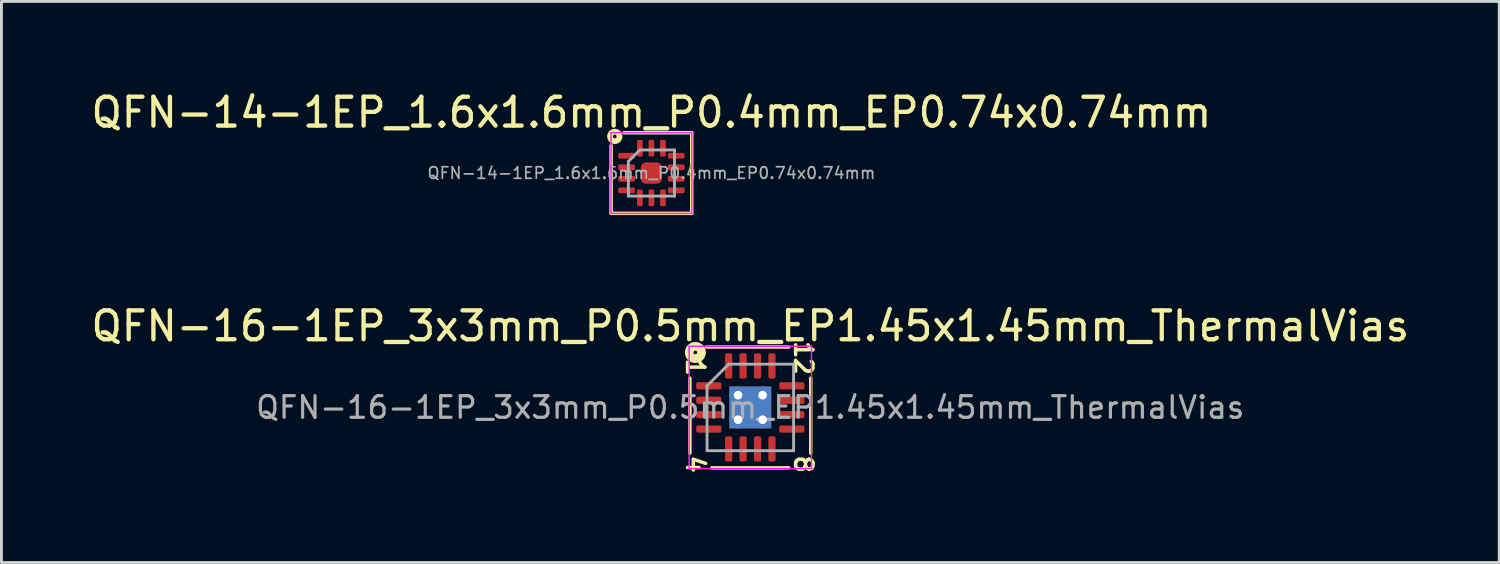
<source format=kicad_pcb>
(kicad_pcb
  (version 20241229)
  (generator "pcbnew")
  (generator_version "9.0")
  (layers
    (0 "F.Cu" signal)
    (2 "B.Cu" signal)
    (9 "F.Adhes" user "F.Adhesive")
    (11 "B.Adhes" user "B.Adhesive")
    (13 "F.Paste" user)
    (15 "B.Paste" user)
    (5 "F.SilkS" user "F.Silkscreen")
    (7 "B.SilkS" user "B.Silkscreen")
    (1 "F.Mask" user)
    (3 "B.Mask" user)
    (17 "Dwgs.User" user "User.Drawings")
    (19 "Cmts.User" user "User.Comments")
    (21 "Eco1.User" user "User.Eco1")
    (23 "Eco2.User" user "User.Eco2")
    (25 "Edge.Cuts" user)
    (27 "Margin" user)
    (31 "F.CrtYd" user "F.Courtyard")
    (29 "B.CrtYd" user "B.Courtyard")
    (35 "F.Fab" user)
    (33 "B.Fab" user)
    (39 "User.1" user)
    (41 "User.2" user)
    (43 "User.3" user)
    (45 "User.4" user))
  (footprint "QFN-16-1EP_3x3mm_P0.5mm_EP1.45x1.45mm_ThermalVias"
    (layer "F.Cu")
    (at 22.958 11.073)
    (property "Reference" "QFN-16-1EP_3x3mm_P0.5mm_EP1.45x1.45mm_ThermalVias" (at 0 -2.82 0) (layer "F.SilkS") (effects (font (size 1 1) (thickness 0.15))))
    (attr smd)
    (fp_line (start -2.095 1.587) (end -2.095 -1.016) (stroke (width 0.12) (type solid)) (layer "F.SilkS"))
    (fp_line (start -1.524 -2.095) (end 1.333 -2.095) (stroke (width 0.12) (type solid)) (layer "F.SilkS"))
    (fp_line (start 1.333 2.095) (end -1.333 2.095) (stroke (width 0.12) (type solid)) (layer "F.SilkS"))
    (fp_line (start 2.095 -1.016) (end 2.095 1.587) (stroke (width 0.12) (type solid)) (layer "F.SilkS"))
    (fp_circle (center -1.905 -1.905) (end -1.841 -1.905) (stroke (width 0.3) (type solid)) (fill no) (layer "F.SilkS"))
    (fp_line (start -2.12 -2.12) (end -2.12 2.12) (stroke (width 0.05) (type solid)) (layer "F.CrtYd"))
    (fp_line (start -2.12 2.12) (end 2.12 2.12) (stroke (width 0.05) (type solid)) (layer "F.CrtYd"))
    (fp_line (start 2.12 -2.12) (end -2.12 -2.12) (stroke (width 0.05) (type solid)) (layer "F.CrtYd"))
    (fp_line (start 2.12 2.12) (end 2.12 -2.12) (stroke (width 0.05) (type solid)) (layer "F.CrtYd"))
    (fp_line (start -1.5 -0.75) (end -0.75 -1.5) (stroke (width 0.1) (type solid)) (layer "F.Fab"))
    (fp_line (start -1.5 1.5) (end -1.5 -0.75) (stroke (width 0.1) (type solid)) (layer "F.Fab"))
    (fp_line (start -0.75 -1.5) (end 1.5 -1.5) (stroke (width 0.1) (type solid)) (layer "F.Fab"))
    (fp_line (start 1.5 -1.5) (end 1.5 1.5) (stroke (width 0.1) (type solid)) (layer "F.Fab"))
    (fp_line (start 1.5 1.5) (end -1.5 1.5) (stroke (width 0.1) (type solid)) (layer "F.Fab"))
    (fp_text user "8" (at 1.841 1.968 270) (unlocked yes) (layer "F.SilkS") (effects (font (size 0.6 0.6) (thickness 0.12))))
    (fp_text user "4" (at -1.905 1.968 270) (unlocked yes) (layer "F.SilkS") (effects (font (size 0.6 0.6) (thickness 0.12))))
    (fp_text user "12" (at 1.841 -1.714 270) (unlocked yes) (layer "F.SilkS") (effects (font (size 0.6 0.6) (thickness 0.12))))
    (fp_text user "1" (at -1.905 -1.397 270) (unlocked yes) (layer "F.SilkS") (effects (font (size 0.6 0.6) (thickness 0.12))))
    (fp_text user "${REFERENCE}" (at 0 0 0) (layer "F.Fab") (effects (font (size 0.75 0.75) (thickness 0.11))))
    (pad "" smd roundrect (at -0.36 -0.36) (size 0.63 0.63) (layers "F.Paste") (roundrect_rratio 0.25))
    (pad "" smd roundrect (at -0.36 0.36) (size 0.63 0.63) (layers "F.Paste") (roundrect_rratio 0.25))
    (pad "" smd roundrect (at 0.36 -0.36) (size 0.63 0.63) (layers "F.Paste") (roundrect_rratio 0.25))
    (pad "" smd roundrect (at 0.36 0.36) (size 0.63 0.63) (layers "F.Paste") (roundrect_rratio 0.25))
    (pad "1" smd roundrect (at -1.438 -0.75) (size 0.875 0.25) (layers "F.Cu" "F.Mask" "F.Paste") (roundrect_rratio 0.25))
    (pad "2" smd roundrect (at -1.438 -0.25) (size 0.875 0.25) (layers "F.Cu" "F.Mask" "F.Paste") (roundrect_rratio 0.25))
    (pad "3" smd roundrect (at -1.438 0.25) (size 0.875 0.25) (layers "F.Cu" "F.Mask" "F.Paste") (roundrect_rratio 0.25))
    (pad "4" smd roundrect (at -1.438 0.75) (size 0.875 0.25) (layers "F.Cu" "F.Mask" "F.Paste") (roundrect_rratio 0.25))
    (pad "5" smd roundrect (at -0.75 1.438) (size 0.25 0.875) (layers "F.Cu" "F.Mask" "F.Paste") (roundrect_rratio 0.25))
    (pad "6" smd roundrect (at -0.25 1.438) (size 0.25 0.875) (layers "F.Cu" "F.Mask" "F.Paste") (roundrect_rratio 0.25))
    (pad "7" smd roundrect (at 0.25 1.438) (size 0.25 0.875) (layers "F.Cu" "F.Mask" "F.Paste") (roundrect_rratio 0.25))
    (pad "8" smd roundrect (at 0.75 1.438) (size 0.25 0.875) (layers "F.Cu" "F.Mask" "F.Paste") (roundrect_rratio 0.25))
    (pad "9" smd roundrect (at 1.438 0.75) (size 0.875 0.25) (layers "F.Cu" "F.Mask" "F.Paste") (roundrect_rratio 0.25))
    (pad "10" smd roundrect (at 1.438 0.25) (size 0.875 0.25) (layers "F.Cu" "F.Mask" "F.Paste") (roundrect_rratio 0.25))
    (pad "11" smd roundrect (at 1.438 -0.25) (size 0.875 0.25) (layers "F.Cu" "F.Mask" "F.Paste") (roundrect_rratio 0.25))
    (pad "12" smd roundrect (at 1.438 -0.75) (size 0.875 0.25) (layers "F.Cu" "F.Mask" "F.Paste") (roundrect_rratio 0.25))
    (pad "13" smd roundrect (at 0.75 -1.438) (size 0.25 0.875) (layers "F.Cu" "F.Mask" "F.Paste") (roundrect_rratio 0.25))
    (pad "14" smd roundrect (at 0.25 -1.438) (size 0.25 0.875) (layers "F.Cu" "F.Mask" "F.Paste") (roundrect_rratio 0.25))
    (pad "15" smd roundrect (at -0.25 -1.438) (size 0.25 0.875) (layers "F.Cu" "F.Mask" "F.Paste") (roundrect_rratio 0.25))
    (pad "16" smd roundrect (at -0.75 -1.438) (size 0.25 0.875) (layers "F.Cu" "F.Mask" "F.Paste") (roundrect_rratio 0.25))
    (pad "17" thru_hole circle (at -0.425 -0.425) (size 0.6 0.6) (drill 0.3) (layers "*.Cu"))
    (pad "17" thru_hole circle (at -0.425 0.425) (size 0.6 0.6) (drill 0.3) (layers "*.Cu"))
    (pad "17" smd rect (at 0 0) (size 1.45 1.45) (layers "F.Cu" "F.Mask"))
    (pad "17" smd rect (at 0 0) (size 1.45 1.45) (layers "B.Cu" "B.Mask"))
    (pad "17" thru_hole circle (at 0.425 -0.425) (size 0.6 0.6) (drill 0.3) (layers "*.Cu"))
    (pad "17" thru_hole circle (at 0.425 0.425) (size 0.6 0.6) (drill 0.3) (layers "*.Cu")))
  (footprint "QFN-14-1EP_1.6x1.6mm_P0.4mm_EP0.74x0.74mm"
    (layer "F.Cu")
    (at 19.53 2.948)
    (property "Reference" "QFN-14-1EP_1.6x1.6mm_P0.4mm_EP0.74x0.74mm" (at 0 -2.1 0) (layer "F.SilkS") (effects (font (size 1 1) (thickness 0.15))))
    (attr smd)
    (fp_line (start -1.397 1.397) (end -1.397 -0.953) (stroke (width 0.12) (type solid)) (layer "F.SilkS"))
    (fp_line (start -0.953 -1.397) (end 1.397 -1.397) (stroke (width 0.12) (type solid)) (layer "F.SilkS"))
    (fp_line (start 1.397 -1.397) (end 1.397 1.397) (stroke (width 0.12) (type solid)) (layer "F.SilkS"))
    (fp_line (start 1.397 1.397) (end -1.397 1.397) (stroke (width 0.12) (type solid)) (layer "F.SilkS"))
    (fp_circle (center -1.27 -1.27) (end -1.206 -1.27) (stroke (width 0.2) (type solid)) (fill no) (layer "F.SilkS"))
    (fp_line (start -1.4 -1.4) (end -1.4 1.4) (stroke (width 0.05) (type solid)) (layer "F.CrtYd"))
    (fp_line (start -1.4 1.4) (end 1.4 1.4) (stroke (width 0.05) (type solid)) (layer "F.CrtYd"))
    (fp_line (start 1.4 -1.4) (end -1.4 -1.4) (stroke (width 0.05) (type solid)) (layer "F.CrtYd"))
    (fp_line (start 1.4 1.4) (end 1.4 -1.4) (stroke (width 0.05) (type solid)) (layer "F.CrtYd"))
    (fp_line (start -0.8 -0.4) (end -0.4 -0.8) (stroke (width 0.1) (type solid)) (layer "F.Fab"))
    (fp_line (start -0.8 0.8) (end -0.8 -0.4) (stroke (width 0.1) (type solid)) (layer "F.Fab"))
    (fp_line (start -0.4 -0.8) (end 0.8 -0.8) (stroke (width 0.1) (type solid)) (layer "F.Fab"))
    (fp_line (start 0.8 -0.8) (end 0.8 0.8) (stroke (width 0.1) (type solid)) (layer "F.Fab"))
    (fp_line (start 0.8 0.8) (end -0.8 0.8) (stroke (width 0.1) (type solid)) (layer "F.Fab"))
    (fp_text user "${REFERENCE}" (at 0 0 0) (layer "F.Fab") (effects (font (size 0.4 0.4) (thickness 0.06))))
    (pad "" smd roundrect (at -0.185 -0.185) (size 0.3 0.3) (layers "F.Paste") (roundrect_rratio 0.25))
    (pad "" smd roundrect (at -0.185 0.185) (size 0.3 0.3) (layers "F.Paste") (roundrect_rratio 0.25))
    (pad "" smd roundrect (at 0.185 -0.185) (size 0.3 0.3) (layers "F.Paste") (roundrect_rratio 0.25))
    (pad "" smd roundrect (at 0.185 0.185) (size 0.3 0.3) (layers "F.Paste") (roundrect_rratio 0.25))
    (pad "1" smd roundrect (at -0.86 -0.6) (size 0.58 0.2) (layers "F.Cu" "F.Mask" "F.Paste") (roundrect_rratio 0.25))
    (pad "2" smd roundrect (at -0.86 -0.2) (size 0.58 0.2) (layers "F.Cu" "F.Mask" "F.Paste") (roundrect_rratio 0.25))
    (pad "3" smd roundrect (at -0.86 0.2) (size 0.58 0.2) (layers "F.Cu" "F.Mask" "F.Paste") (roundrect_rratio 0.25))
    (pad "4" smd roundrect (at -0.86 0.6) (size 0.58 0.2) (layers "F.Cu" "F.Mask" "F.Paste") (roundrect_rratio 0.25))
    (pad "5" smd roundrect (at -0.4 0.86) (size 0.2 0.58) (layers "F.Cu" "F.Mask" "F.Paste") (roundrect_rratio 0.25))
    (pad "6" smd roundrect (at 0 0.86) (size 0.2 0.58) (layers "F.Cu" "F.Mask" "F.Paste") (roundrect_rratio 0.25))
    (pad "7" smd roundrect (at 0.4 0.86) (size 0.2 0.58) (layers "F.Cu" "F.Mask" "F.Paste") (roundrect_rratio 0.25))
    (pad "8" smd roundrect (at 0.86 0.6) (size 0.58 0.2) (layers "F.Cu" "F.Mask" "F.Paste") (roundrect_rratio 0.25))
    (pad "9" smd roundrect (at 0.86 0.2) (size 0.58 0.2) (layers "F.Cu" "F.Mask" "F.Paste") (roundrect_rratio 0.25))
    (pad "10" smd roundrect (at 0.86 -0.2) (size 0.58 0.2) (layers "F.Cu" "F.Mask" "F.Paste") (roundrect_rratio 0.25))
    (pad "11" smd roundrect (at 0.86 -0.6) (size 0.58 0.2) (layers "F.Cu" "F.Mask" "F.Paste") (roundrect_rratio 0.25))
    (pad "12" smd roundrect (at 0.4 -0.86) (size 0.2 0.58) (layers "F.Cu" "F.Mask" "F.Paste") (roundrect_rratio 0.25))
    (pad "13" smd roundrect (at 0 -0.86) (size 0.2 0.58) (layers "F.Cu" "F.Mask" "F.Paste") (roundrect_rratio 0.25))
    (pad "14" smd roundrect (at -0.4 -0.86) (size 0.2 0.58) (layers "F.Cu" "F.Mask" "F.Paste") (roundrect_rratio 0.25))
    (pad "15" smd roundrect (at 0 0) (size 0.74 0.74) (layers "F.Cu" "F.Mask") (roundrect_rratio 0.25)))
  (gr_rect
    (start -3 -3)
    (end 48.917 16.448)
    (stroke (width 0.1) (type default))
    (fill no)
    (layer "Edge.Cuts")))
</source>
